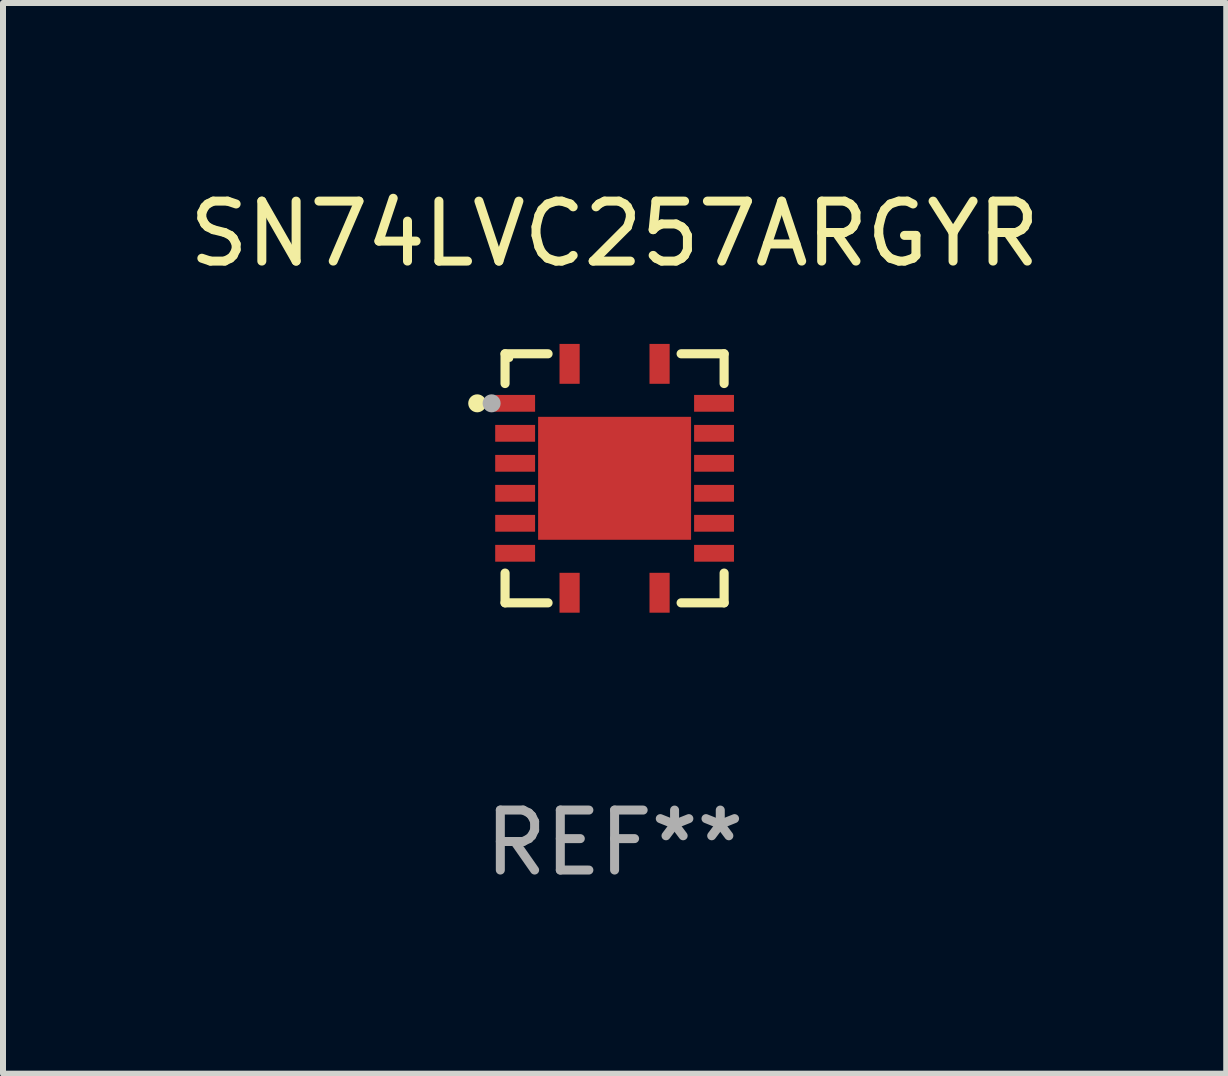
<source format=kicad_pcb>
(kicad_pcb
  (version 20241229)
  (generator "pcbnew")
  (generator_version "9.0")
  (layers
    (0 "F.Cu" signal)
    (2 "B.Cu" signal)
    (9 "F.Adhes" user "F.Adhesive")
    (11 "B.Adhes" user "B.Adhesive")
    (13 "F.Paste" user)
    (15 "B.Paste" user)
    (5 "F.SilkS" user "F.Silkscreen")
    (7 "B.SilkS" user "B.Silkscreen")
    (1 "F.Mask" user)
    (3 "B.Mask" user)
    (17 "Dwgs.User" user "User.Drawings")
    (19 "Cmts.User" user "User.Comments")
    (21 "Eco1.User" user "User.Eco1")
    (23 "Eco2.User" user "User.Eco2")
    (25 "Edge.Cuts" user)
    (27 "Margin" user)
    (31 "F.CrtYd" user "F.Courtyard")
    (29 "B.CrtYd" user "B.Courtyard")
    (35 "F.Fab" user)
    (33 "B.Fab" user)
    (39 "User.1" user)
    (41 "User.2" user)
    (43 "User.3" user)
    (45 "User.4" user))
  (footprint "SN74LVC257ARGYR"
    (layer "F.Cu")
    (at 7.196 4.924)
    (property "Reference" "SN74LVC257ARGYR" (at 0 -4.076 0) (layer "F.SilkS") (effects (font (size 1 1) (thickness 0.15))))
    (attr through_hole)
    (fp_line (start -1.826 -2.076) (end -1.826 -1.58) (stroke (width 0.152) (type solid)) (layer "F.SilkS"))
    (fp_line (start -1.826 2.076) (end -1.826 1.58) (stroke (width 0.152) (type solid)) (layer "F.SilkS"))
    (fp_line (start -1.109 -2.076) (end -1.826 -2.076) (stroke (width 0.152) (type solid)) (layer "F.SilkS"))
    (fp_line (start -1.109 2.076) (end -1.826 2.076) (stroke (width 0.152) (type solid)) (layer "F.SilkS"))
    (fp_line (start 1.109 -2.076) (end 1.826 -2.076) (stroke (width 0.152) (type solid)) (layer "F.SilkS"))
    (fp_line (start 1.109 2.076) (end 1.826 2.076) (stroke (width 0.152) (type solid)) (layer "F.SilkS"))
    (fp_line (start 1.826 -2.076) (end 1.826 -1.58) (stroke (width 0.152) (type solid)) (layer "F.SilkS"))
    (fp_line (start 1.826 2.076) (end 1.826 1.58) (stroke (width 0.152) (type solid)) (layer "F.SilkS"))
    (fp_circle (center -2.29 -1.25) (end -2.215 -1.25) (stroke (width 0.15) (type solid)) (fill no) (layer "F.SilkS"))
    (fp_circle (center -1.75 -2) (end -1.72 -2) (stroke (width 0.06) (type solid)) (fill no) (layer "F.SilkS"))
    (fp_circle (center -2.05 -1.25) (end -1.975 -1.25) (stroke (width 0.15) (type solid)) (fill no) (layer "F.Fab"))
    (fp_text user "REF**" (at 0 6.076 0) (layer "F.Fab") (effects (font (size 1 1) (thickness 0.15))))
    (pad "1" smd rect (at -1.658 -1.25) (size 0.665 0.28) (layers "F.Cu" "F.Mask" "F.Paste"))
    (pad "2" smd rect (at -1.658 -0.75) (size 0.665 0.28) (layers "F.Cu" "F.Mask" "F.Paste"))
    (pad "3" smd rect (at -1.658 -0.25) (size 0.665 0.28) (layers "F.Cu" "F.Mask" "F.Paste"))
    (pad "4" smd rect (at -1.658 0.25) (size 0.665 0.28) (layers "F.Cu" "F.Mask" "F.Paste"))
    (pad "5" smd rect (at -1.658 0.75) (size 0.665 0.28) (layers "F.Cu" "F.Mask" "F.Paste"))
    (pad "6" smd rect (at -1.658 1.25) (size 0.665 0.28) (layers "F.Cu" "F.Mask" "F.Paste"))
    (pad "7" smd rect (at -0.75 1.908) (size 0.336 0.665) (layers "F.Cu" "F.Mask" "F.Paste"))
    (pad "8" smd rect (at 0.75 1.908) (size 0.336 0.665) (layers "F.Cu" "F.Mask" "F.Paste"))
    (pad "9" smd rect (at 1.658 1.25) (size 0.665 0.28) (layers "F.Cu" "F.Mask" "F.Paste"))
    (pad "10" smd rect (at 1.658 0.75) (size 0.665 0.28) (layers "F.Cu" "F.Mask" "F.Paste"))
    (pad "11" smd rect (at 1.658 0.25) (size 0.665 0.28) (layers "F.Cu" "F.Mask" "F.Paste"))
    (pad "12" smd rect (at 1.658 -0.25) (size 0.665 0.28) (layers "F.Cu" "F.Mask" "F.Paste"))
    (pad "13" smd rect (at 1.658 -0.75) (size 0.665 0.28) (layers "F.Cu" "F.Mask" "F.Paste"))
    (pad "14" smd rect (at 1.658 -1.25) (size 0.665 0.28) (layers "F.Cu" "F.Mask" "F.Paste"))
    (pad "15" smd rect (at 0.75 -1.908) (size 0.336 0.665) (layers "F.Cu" "F.Mask" "F.Paste"))
    (pad "16" smd rect (at -0.75 -1.908) (size 0.336 0.665) (layers "F.Cu" "F.Mask" "F.Paste"))
    (pad "17" smd rect (at 0 0) (size 2.55 2.05) (layers "F.Cu" "F.Mask" "F.Paste")))
  (gr_rect
    (start -3 -3)
    (end 17.393 14.849)
    (stroke (width 0.1) (type default))
    (fill no)
    (layer "Edge.Cuts")))
</source>
